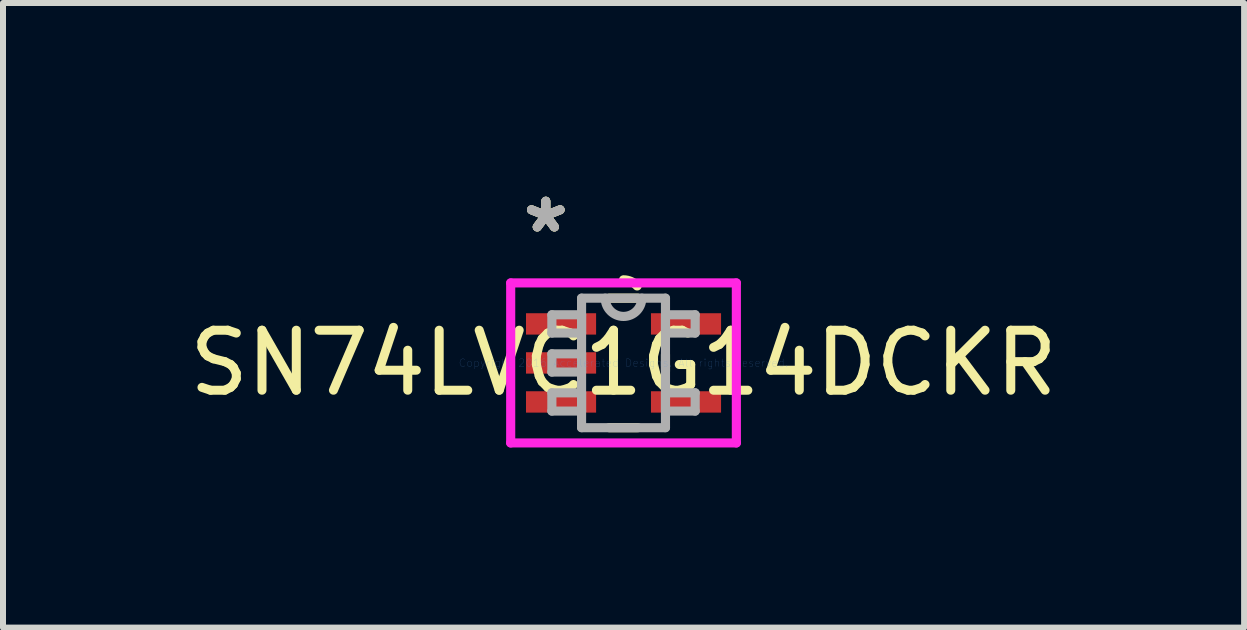
<source format=kicad_pcb>
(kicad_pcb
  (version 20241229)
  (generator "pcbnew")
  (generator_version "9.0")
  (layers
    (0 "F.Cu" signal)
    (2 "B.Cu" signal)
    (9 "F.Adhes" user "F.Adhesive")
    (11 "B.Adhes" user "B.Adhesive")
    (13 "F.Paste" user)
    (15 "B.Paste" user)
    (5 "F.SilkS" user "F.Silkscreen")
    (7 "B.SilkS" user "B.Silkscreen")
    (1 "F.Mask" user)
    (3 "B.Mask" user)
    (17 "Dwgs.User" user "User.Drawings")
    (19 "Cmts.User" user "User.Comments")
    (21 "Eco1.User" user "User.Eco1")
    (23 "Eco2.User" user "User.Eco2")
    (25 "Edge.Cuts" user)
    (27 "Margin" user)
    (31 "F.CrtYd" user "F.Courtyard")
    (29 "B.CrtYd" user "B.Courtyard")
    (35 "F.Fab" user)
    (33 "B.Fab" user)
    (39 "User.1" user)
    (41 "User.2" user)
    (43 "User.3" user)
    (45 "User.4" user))
  (footprint "SN74LVC1G14DCKR"
    (layer "F.Cu")
    (at 7.339 2.997)
    (property "Reference" "SN74LVC1G14DCKR" (at 0 0 0) (layer "F.SilkS") (effects (font (size 1 1) (thickness 0.15))))
    (attr through_hole)
    (fp_line (start -0.24 1.079) (end 0.24 1.079) (stroke (width 0.152) (type solid)) (layer "F.SilkS"))
    (fp_line (start 0.24 -1.079) (end -0.24 -1.079) (stroke (width 0.152) (type solid)) (layer "F.SilkS"))
    (fp_line (start 0.699 0.139) (end 0.699 -0.139) (stroke (width 0.152) (type solid)) (layer "F.SilkS"))
    (fp_arc (start 0 -1.3843) (mid 0.12446 -1.357732) (end 0.227222 -1.282658) (stroke (width 0.1524) (type solid)) (layer "F.SilkS"))
    (fp_line (start -1.88 -1.333) (end 1.88 -1.333) (stroke (width 0.152) (type solid)) (layer "F.CrtYd"))
    (fp_line (start -1.88 1.333) (end -1.88 -1.333) (stroke (width 0.152) (type solid)) (layer "F.CrtYd"))
    (fp_line (start 1.88 -1.333) (end 1.88 1.333) (stroke (width 0.152) (type solid)) (layer "F.CrtYd"))
    (fp_line (start 1.88 1.333) (end -1.88 1.333) (stroke (width 0.152) (type solid)) (layer "F.CrtYd"))
    (fp_line (start -1.194 -0.802) (end -1.194 -0.498) (stroke (width 0.152) (type solid)) (layer "F.Fab"))
    (fp_line (start -1.194 -0.498) (end -0.699 -0.498) (stroke (width 0.152) (type solid)) (layer "F.Fab"))
    (fp_line (start -1.194 -0.152) (end -1.194 0.152) (stroke (width 0.152) (type solid)) (layer "F.Fab"))
    (fp_line (start -1.194 0.152) (end -0.699 0.152) (stroke (width 0.152) (type solid)) (layer "F.Fab"))
    (fp_line (start -1.194 0.498) (end -1.194 0.802) (stroke (width 0.152) (type solid)) (layer "F.Fab"))
    (fp_line (start -1.194 0.802) (end -0.699 0.802) (stroke (width 0.152) (type solid)) (layer "F.Fab"))
    (fp_line (start -0.699 -1.079) (end -0.699 1.079) (stroke (width 0.152) (type solid)) (layer "F.Fab"))
    (fp_line (start -0.699 -0.802) (end -1.194 -0.802) (stroke (width 0.152) (type solid)) (layer "F.Fab"))
    (fp_line (start -0.699 -0.498) (end -0.699 -0.802) (stroke (width 0.152) (type solid)) (layer "F.Fab"))
    (fp_line (start -0.699 -0.152) (end -1.194 -0.152) (stroke (width 0.152) (type solid)) (layer "F.Fab"))
    (fp_line (start -0.699 0.152) (end -0.699 -0.152) (stroke (width 0.152) (type solid)) (layer "F.Fab"))
    (fp_line (start -0.699 0.498) (end -1.194 0.498) (stroke (width 0.152) (type solid)) (layer "F.Fab"))
    (fp_line (start -0.699 0.802) (end -0.699 0.498) (stroke (width 0.152) (type solid)) (layer "F.Fab"))
    (fp_line (start -0.699 1.079) (end 0.699 1.079) (stroke (width 0.152) (type solid)) (layer "F.Fab"))
    (fp_line (start 0.699 -1.079) (end -0.699 -1.079) (stroke (width 0.152) (type solid)) (layer "F.Fab"))
    (fp_line (start 0.699 -0.802) (end 0.699 -0.498) (stroke (width 0.152) (type solid)) (layer "F.Fab"))
    (fp_line (start 0.699 -0.498) (end 1.194 -0.498) (stroke (width 0.152) (type solid)) (layer "F.Fab"))
    (fp_line (start 0.699 0.498) (end 0.699 0.802) (stroke (width 0.152) (type solid)) (layer "F.Fab"))
    (fp_line (start 0.699 0.802) (end 1.194 0.802) (stroke (width 0.152) (type solid)) (layer "F.Fab"))
    (fp_line (start 0.699 1.079) (end 0.699 -1.079) (stroke (width 0.152) (type solid)) (layer "F.Fab"))
    (fp_line (start 1.194 -0.802) (end 0.699 -0.802) (stroke (width 0.152) (type solid)) (layer "F.Fab"))
    (fp_line (start 1.194 -0.498) (end 1.194 -0.802) (stroke (width 0.152) (type solid)) (layer "F.Fab"))
    (fp_line (start 1.194 0.498) (end 0.699 0.498) (stroke (width 0.152) (type solid)) (layer "F.Fab"))
    (fp_line (start 1.194 0.802) (end 1.194 0.498) (stroke (width 0.152) (type solid)) (layer "F.Fab"))
    (fp_arc (start 0.3048 -1.0795) (mid 0 -0.7747) (end -0.3048 -1.0795) (stroke (width 0.1524) (type solid)) (layer "F.Fab"))
    (fp_text user "*" (at -1.295 -2.149 0) (layer "F.SilkS") (effects (font (size 1 1) (thickness 0.15))))
    (fp_text user "*" (at -1.295 -2.149 0) (layer "F.SilkS") (effects (font (size 1 1) (thickness 0.15))))
    (fp_text user "Copyright 2016 Accelerated Designs. All rights reserved." (at 0 0 0) (layer "Cmts.User") (effects (font (size 0.127 0.127) (thickness 0.002))))
    (fp_text user "*" (at -1.295 -2.149 0) (layer "F.Fab") (effects (font (size 1 1) (thickness 0.15))))
    (fp_text user "*" (at -1.295 -2.149 0) (layer "F.Fab") (effects (font (size 1 1) (thickness 0.15))))
    (pad "1" smd rect (at -1.041 -0.65) (size 1.168 0.356) (layers "F.Cu" "F.Mask" "F.Paste"))
    (pad "2" smd rect (at -1.041 0) (size 1.168 0.356) (layers "F.Cu" "F.Mask" "F.Paste"))
    (pad "3" smd rect (at -1.041 0.65) (size 1.168 0.356) (layers "F.Cu" "F.Mask" "F.Paste"))
    (pad "4" smd rect (at 1.041 0.65) (size 1.168 0.356) (layers "F.Cu" "F.Mask" "F.Paste"))
    (pad "5" smd rect (at 1.041 -0.65) (size 1.168 0.356) (layers "F.Cu" "F.Mask" "F.Paste")))
  (gr_rect
    (start -3 -3)
    (end 17.679 7.407)
    (stroke (width 0.1) (type default))
    (fill no)
    (layer "Edge.Cuts")))
</source>
